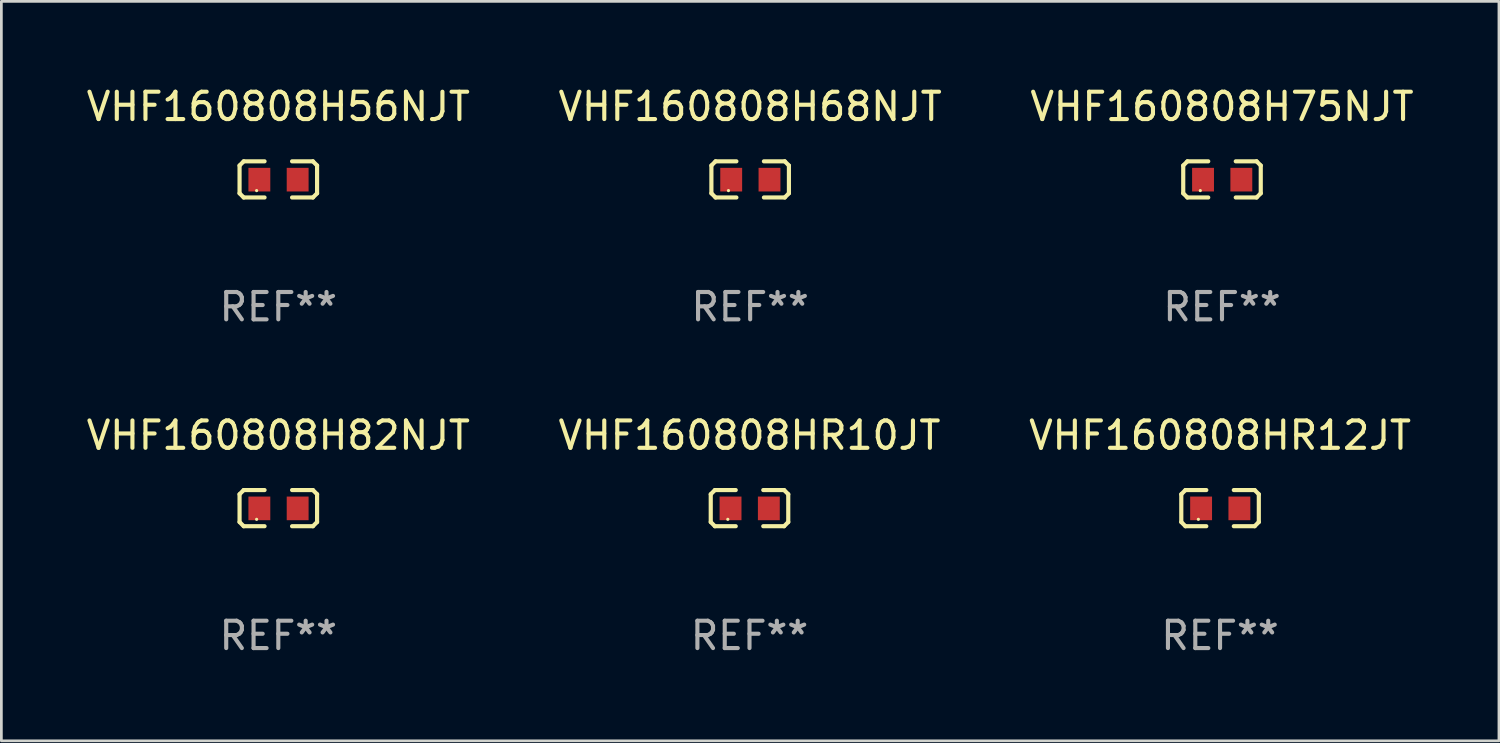
<source format=kicad_pcb>
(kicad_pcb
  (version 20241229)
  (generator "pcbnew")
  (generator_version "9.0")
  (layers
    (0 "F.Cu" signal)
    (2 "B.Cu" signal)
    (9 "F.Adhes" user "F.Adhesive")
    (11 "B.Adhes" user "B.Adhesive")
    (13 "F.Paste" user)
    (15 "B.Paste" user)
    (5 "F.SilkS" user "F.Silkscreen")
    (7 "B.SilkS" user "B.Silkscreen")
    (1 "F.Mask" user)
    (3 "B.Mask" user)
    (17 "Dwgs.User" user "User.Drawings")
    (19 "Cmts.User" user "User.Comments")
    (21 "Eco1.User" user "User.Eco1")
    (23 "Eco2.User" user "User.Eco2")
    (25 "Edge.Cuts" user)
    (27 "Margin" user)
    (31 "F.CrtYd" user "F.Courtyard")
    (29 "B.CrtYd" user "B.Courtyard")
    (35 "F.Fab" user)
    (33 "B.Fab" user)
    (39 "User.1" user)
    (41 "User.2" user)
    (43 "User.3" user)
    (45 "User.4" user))
  (footprint "VHF160808HR10JT"
    (layer "F.Cu")
    (at 24.351 15.527)
    (property "Reference" "VHF160808HR10JT" (at 0 -2.661 0) (layer "F.SilkS") (effects (font (size 1 1) (thickness 0.15))))
    (attr through_hole)
    (fp_line (start -1.417 -0.508) (end -1.265 -0.661) (stroke (width 0.152) (type solid)) (layer "F.SilkS"))
    (fp_line (start -1.417 0.508) (end -1.417 -0.508) (stroke (width 0.152) (type solid)) (layer "F.SilkS"))
    (fp_line (start -1.265 -0.661) (end -0.503 -0.661) (stroke (width 0.152) (type solid)) (layer "F.SilkS"))
    (fp_line (start -1.265 0.661) (end -1.417 0.508) (stroke (width 0.152) (type solid)) (layer "F.SilkS"))
    (fp_line (start -1.265 0.661) (end -0.503 0.661) (stroke (width 0.152) (type solid)) (layer "F.SilkS"))
    (fp_line (start 1.265 -0.661) (end 0.503 -0.661) (stroke (width 0.152) (type solid)) (layer "F.SilkS"))
    (fp_line (start 1.265 -0.661) (end 1.417 -0.508) (stroke (width 0.152) (type solid)) (layer "F.SilkS"))
    (fp_line (start 1.265 0.661) (end 0.503 0.661) (stroke (width 0.152) (type solid)) (layer "F.SilkS"))
    (fp_line (start 1.417 -0.508) (end 1.417 0.508) (stroke (width 0.152) (type solid)) (layer "F.SilkS"))
    (fp_line (start 1.417 0.508) (end 1.265 0.661) (stroke (width 0.152) (type solid)) (layer "F.SilkS"))
    (fp_circle (center -0.793 0.409) (end -0.763 0.409) (stroke (width 0.06) (type solid)) (fill no) (layer "F.SilkS"))
    (fp_text user "REF**" (at 0 4.661 0) (layer "F.Fab") (effects (font (size 1 1) (thickness 0.15))))
    (pad "1" smd rect (at -0.693 0.009 180) (size 0.8 0.864) (layers "F.Cu" "F.Mask" "F.Paste"))
    (pad "2" smd rect (at 0.707 0.009 180) (size 0.8 0.864) (layers "F.Cu" "F.Mask" "F.Paste")))
  (footprint "VHF160808H75NJT"
    (layer "F.Cu")
    (at 41.625 3.509)
    (property "Reference" "VHF160808H75NJT" (at 0 -2.661 0) (layer "F.SilkS") (effects (font (size 1 1) (thickness 0.15))))
    (attr through_hole)
    (fp_line (start -1.417 -0.508) (end -1.265 -0.661) (stroke (width 0.152) (type solid)) (layer "F.SilkS"))
    (fp_line (start -1.417 0.508) (end -1.417 -0.508) (stroke (width 0.152) (type solid)) (layer "F.SilkS"))
    (fp_line (start -1.265 -0.661) (end -0.503 -0.661) (stroke (width 0.152) (type solid)) (layer "F.SilkS"))
    (fp_line (start -1.265 0.661) (end -1.417 0.508) (stroke (width 0.152) (type solid)) (layer "F.SilkS"))
    (fp_line (start -1.265 0.661) (end -0.503 0.661) (stroke (width 0.152) (type solid)) (layer "F.SilkS"))
    (fp_line (start 1.265 -0.661) (end 0.503 -0.661) (stroke (width 0.152) (type solid)) (layer "F.SilkS"))
    (fp_line (start 1.265 -0.661) (end 1.417 -0.508) (stroke (width 0.152) (type solid)) (layer "F.SilkS"))
    (fp_line (start 1.265 0.661) (end 0.503 0.661) (stroke (width 0.152) (type solid)) (layer "F.SilkS"))
    (fp_line (start 1.417 -0.508) (end 1.417 0.508) (stroke (width 0.152) (type solid)) (layer "F.SilkS"))
    (fp_line (start 1.417 0.508) (end 1.265 0.661) (stroke (width 0.152) (type solid)) (layer "F.SilkS"))
    (fp_circle (center -0.793 0.409) (end -0.763 0.409) (stroke (width 0.06) (type solid)) (fill no) (layer "F.SilkS"))
    (fp_text user "REF**" (at 0 4.661 0) (layer "F.Fab") (effects (font (size 1 1) (thickness 0.15))))
    (pad "1" smd rect (at -0.693 0.009 180) (size 0.8 0.864) (layers "F.Cu" "F.Mask" "F.Paste"))
    (pad "2" smd rect (at 0.707 0.009 180) (size 0.8 0.864) (layers "F.Cu" "F.Mask" "F.Paste")))
  (footprint "VHF160808H68NJT"
    (layer "F.Cu")
    (at 24.375 3.509)
    (property "Reference" "VHF160808H68NJT" (at 0 -2.661 0) (layer "F.SilkS") (effects (font (size 1 1) (thickness 0.15))))
    (attr through_hole)
    (fp_line (start -1.417 -0.508) (end -1.265 -0.661) (stroke (width 0.152) (type solid)) (layer "F.SilkS"))
    (fp_line (start -1.417 0.508) (end -1.417 -0.508) (stroke (width 0.152) (type solid)) (layer "F.SilkS"))
    (fp_line (start -1.265 -0.661) (end -0.503 -0.661) (stroke (width 0.152) (type solid)) (layer "F.SilkS"))
    (fp_line (start -1.265 0.661) (end -1.417 0.508) (stroke (width 0.152) (type solid)) (layer "F.SilkS"))
    (fp_line (start -1.265 0.661) (end -0.503 0.661) (stroke (width 0.152) (type solid)) (layer "F.SilkS"))
    (fp_line (start 1.265 -0.661) (end 0.503 -0.661) (stroke (width 0.152) (type solid)) (layer "F.SilkS"))
    (fp_line (start 1.265 -0.661) (end 1.417 -0.508) (stroke (width 0.152) (type solid)) (layer "F.SilkS"))
    (fp_line (start 1.265 0.661) (end 0.503 0.661) (stroke (width 0.152) (type solid)) (layer "F.SilkS"))
    (fp_line (start 1.417 -0.508) (end 1.417 0.508) (stroke (width 0.152) (type solid)) (layer "F.SilkS"))
    (fp_line (start 1.417 0.508) (end 1.265 0.661) (stroke (width 0.152) (type solid)) (layer "F.SilkS"))
    (fp_circle (center -0.793 0.409) (end -0.763 0.409) (stroke (width 0.06) (type solid)) (fill no) (layer "F.SilkS"))
    (fp_text user "REF**" (at 0 4.661 0) (layer "F.Fab") (effects (font (size 1 1) (thickness 0.15))))
    (pad "1" smd rect (at -0.693 0.009 180) (size 0.8 0.864) (layers "F.Cu" "F.Mask" "F.Paste"))
    (pad "2" smd rect (at 0.707 0.009 180) (size 0.8 0.864) (layers "F.Cu" "F.Mask" "F.Paste")))
  (footprint "VHF160808HR12JT"
    (layer "F.Cu")
    (at 41.554 15.527)
    (property "Reference" "VHF160808HR12JT" (at 0 -2.661 0) (layer "F.SilkS") (effects (font (size 1 1) (thickness 0.15))))
    (attr through_hole)
    (fp_line (start -1.417 -0.508) (end -1.265 -0.661) (stroke (width 0.152) (type solid)) (layer "F.SilkS"))
    (fp_line (start -1.417 0.508) (end -1.417 -0.508) (stroke (width 0.152) (type solid)) (layer "F.SilkS"))
    (fp_line (start -1.265 -0.661) (end -0.503 -0.661) (stroke (width 0.152) (type solid)) (layer "F.SilkS"))
    (fp_line (start -1.265 0.661) (end -1.417 0.508) (stroke (width 0.152) (type solid)) (layer "F.SilkS"))
    (fp_line (start -1.265 0.661) (end -0.503 0.661) (stroke (width 0.152) (type solid)) (layer "F.SilkS"))
    (fp_line (start 1.265 -0.661) (end 0.503 -0.661) (stroke (width 0.152) (type solid)) (layer "F.SilkS"))
    (fp_line (start 1.265 -0.661) (end 1.417 -0.508) (stroke (width 0.152) (type solid)) (layer "F.SilkS"))
    (fp_line (start 1.265 0.661) (end 0.503 0.661) (stroke (width 0.152) (type solid)) (layer "F.SilkS"))
    (fp_line (start 1.417 -0.508) (end 1.417 0.508) (stroke (width 0.152) (type solid)) (layer "F.SilkS"))
    (fp_line (start 1.417 0.508) (end 1.265 0.661) (stroke (width 0.152) (type solid)) (layer "F.SilkS"))
    (fp_circle (center -0.793 0.409) (end -0.763 0.409) (stroke (width 0.06) (type solid)) (fill no) (layer "F.SilkS"))
    (fp_text user "REF**" (at 0 4.661 0) (layer "F.Fab") (effects (font (size 1 1) (thickness 0.15))))
    (pad "1" smd rect (at -0.693 0.009 180) (size 0.8 0.864) (layers "F.Cu" "F.Mask" "F.Paste"))
    (pad "2" smd rect (at 0.707 0.009 180) (size 0.8 0.864) (layers "F.Cu" "F.Mask" "F.Paste")))
  (footprint "VHF160808H82NJT"
    (layer "F.Cu")
    (at 7.125 15.527)
    (property "Reference" "VHF160808H82NJT" (at 0 -2.661 0) (layer "F.SilkS") (effects (font (size 1 1) (thickness 0.15))))
    (attr through_hole)
    (fp_line (start -1.417 -0.508) (end -1.265 -0.661) (stroke (width 0.152) (type solid)) (layer "F.SilkS"))
    (fp_line (start -1.417 0.508) (end -1.417 -0.508) (stroke (width 0.152) (type solid)) (layer "F.SilkS"))
    (fp_line (start -1.265 -0.661) (end -0.503 -0.661) (stroke (width 0.152) (type solid)) (layer "F.SilkS"))
    (fp_line (start -1.265 0.661) (end -1.417 0.508) (stroke (width 0.152) (type solid)) (layer "F.SilkS"))
    (fp_line (start -1.265 0.661) (end -0.503 0.661) (stroke (width 0.152) (type solid)) (layer "F.SilkS"))
    (fp_line (start 1.265 -0.661) (end 0.503 -0.661) (stroke (width 0.152) (type solid)) (layer "F.SilkS"))
    (fp_line (start 1.265 -0.661) (end 1.417 -0.508) (stroke (width 0.152) (type solid)) (layer "F.SilkS"))
    (fp_line (start 1.265 0.661) (end 0.503 0.661) (stroke (width 0.152) (type solid)) (layer "F.SilkS"))
    (fp_line (start 1.417 -0.508) (end 1.417 0.508) (stroke (width 0.152) (type solid)) (layer "F.SilkS"))
    (fp_line (start 1.417 0.508) (end 1.265 0.661) (stroke (width 0.152) (type solid)) (layer "F.SilkS"))
    (fp_circle (center -0.793 0.409) (end -0.763 0.409) (stroke (width 0.06) (type solid)) (fill no) (layer "F.SilkS"))
    (fp_text user "REF**" (at 0 4.661 0) (layer "F.Fab") (effects (font (size 1 1) (thickness 0.15))))
    (pad "1" smd rect (at -0.693 0.009 180) (size 0.8 0.864) (layers "F.Cu" "F.Mask" "F.Paste"))
    (pad "2" smd rect (at 0.707 0.009 180) (size 0.8 0.864) (layers "F.Cu" "F.Mask" "F.Paste")))
  (footprint "VHF160808H56NJT"
    (layer "F.Cu")
    (at 7.125 3.509)
    (property "Reference" "VHF160808H56NJT" (at 0 -2.661 0) (layer "F.SilkS") (effects (font (size 1 1) (thickness 0.15))))
    (attr through_hole)
    (fp_line (start -1.417 -0.508) (end -1.265 -0.661) (stroke (width 0.152) (type solid)) (layer "F.SilkS"))
    (fp_line (start -1.417 0.508) (end -1.417 -0.508) (stroke (width 0.152) (type solid)) (layer "F.SilkS"))
    (fp_line (start -1.265 -0.661) (end -0.503 -0.661) (stroke (width 0.152) (type solid)) (layer "F.SilkS"))
    (fp_line (start -1.265 0.661) (end -1.417 0.508) (stroke (width 0.152) (type solid)) (layer "F.SilkS"))
    (fp_line (start -1.265 0.661) (end -0.503 0.661) (stroke (width 0.152) (type solid)) (layer "F.SilkS"))
    (fp_line (start 1.265 -0.661) (end 0.503 -0.661) (stroke (width 0.152) (type solid)) (layer "F.SilkS"))
    (fp_line (start 1.265 -0.661) (end 1.417 -0.508) (stroke (width 0.152) (type solid)) (layer "F.SilkS"))
    (fp_line (start 1.265 0.661) (end 0.503 0.661) (stroke (width 0.152) (type solid)) (layer "F.SilkS"))
    (fp_line (start 1.417 -0.508) (end 1.417 0.508) (stroke (width 0.152) (type solid)) (layer "F.SilkS"))
    (fp_line (start 1.417 0.508) (end 1.265 0.661) (stroke (width 0.152) (type solid)) (layer "F.SilkS"))
    (fp_circle (center -0.793 0.409) (end -0.763 0.409) (stroke (width 0.06) (type solid)) (fill no) (layer "F.SilkS"))
    (fp_text user "REF**" (at 0 4.661 0) (layer "F.Fab") (effects (font (size 1 1) (thickness 0.15))))
    (pad "1" smd rect (at -0.693 0.009 180) (size 0.8 0.864) (layers "F.Cu" "F.Mask" "F.Paste"))
    (pad "2" smd rect (at 0.707 0.009 180) (size 0.8 0.864) (layers "F.Cu" "F.Mask" "F.Paste")))
  (gr_rect
    (start -3 -3)
    (end 51.75 24.035)
    (stroke (width 0.1) (type default))
    (fill no)
    (layer "Edge.Cuts")))
</source>
